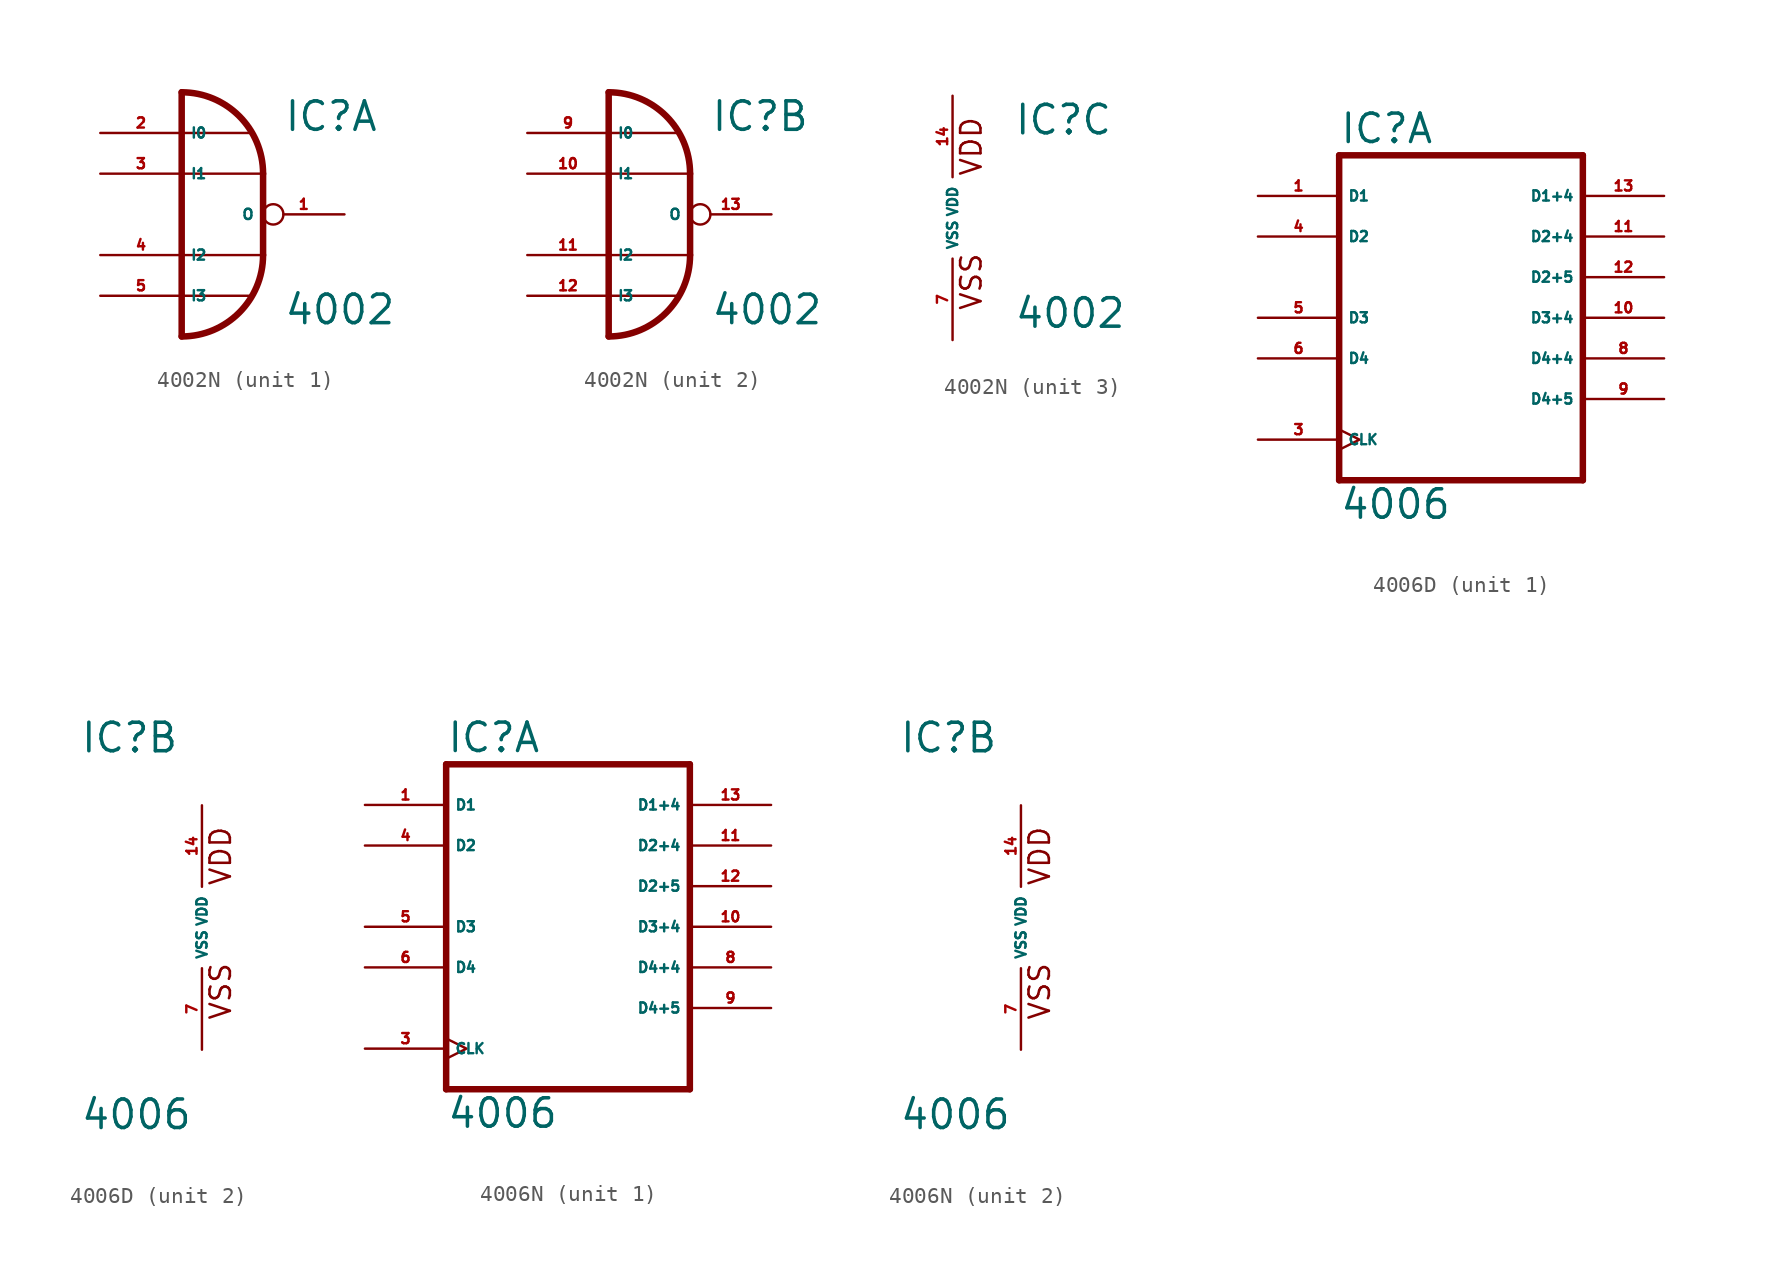
<source format=kicad_sym>
(kicad_symbol_lib
  (version 20220914)
  (generator Eagle2Kicad)
  (symbol "4002N"
    (property "Reference" "IC"
      (at 3.81 5.08 0)
      (effects (font (size 1.778 1.778) (thickness 0.22)) (justify left bottom)))
    (property "Value" "4002"
      (at 3.81 -6.985 0)
      (effects (font (size 1.778 1.778) (thickness 0.22)) (justify left bottom)))
    (symbol "4002N_1_0"
      (arc (start 2.54 2.54) (mid 1.052 6.132) (end -2.54 7.62) (stroke (width 0.4064) (type default)) (fill (type none)))
      (arc (start -2.54 -7.62) (mid 1.052 -6.132) (end 2.54 -2.54) (stroke (width 0.4064) (type default)) (fill (type none)))
      (polyline (pts (xy 2.54 2.54) (xy 2.54 -2.54)) (stroke (width 0.406) (type default)) (fill (type none)))
      (polyline (pts (xy -2.54 5.08) (xy 1.778 5.08)) (stroke (width 0.152) (type default)) (fill (type none)))
      (polyline (pts (xy -2.54 2.54) (xy 2.54 2.54)) (stroke (width 0.152) (type default)) (fill (type none)))
      (polyline (pts (xy -2.54 -2.54) (xy 2.54 -2.54)) (stroke (width 0.152) (type default)) (fill (type none)))
      (polyline (pts (xy -2.54 -5.08) (xy 1.778 -5.08)) (stroke (width 0.152) (type default)) (fill (type none)))
      (polyline (pts (xy -2.54 7.62) (xy -2.54 -7.62)) (stroke (width 0.406) (type default)) (fill (type none)))
      (pin output inverted (at 7.62 0 180) (length 5.08) (name "O" (effects (font (size 0.635 0.635) (thickness 0.08)) (justify left bottom))) (number "1" (effects (font (size 0.635 0.635) (thickness 0.08)) (justify left bottom))))
      (pin input line (at -7.62 5.08 0) (length 5.08) (name "I0" (effects (font (size 0.635 0.635) (thickness 0.08)) (justify left bottom))) (number "2" (effects (font (size 0.635 0.635) (thickness 0.08)) (justify left bottom))))
      (pin input line (at -7.62 2.54 0) (length 5.08) (name "I1" (effects (font (size 0.635 0.635) (thickness 0.08)) (justify left bottom))) (number "3" (effects (font (size 0.635 0.635) (thickness 0.08)) (justify left bottom))))
      (pin input line (at -7.62 -2.54 0) (length 5.08) (name "I2" (effects (font (size 0.635 0.635) (thickness 0.08)) (justify left bottom))) (number "4" (effects (font (size 0.635 0.635) (thickness 0.08)) (justify left bottom))))
      (pin input line (at -7.62 -5.08 0) (length 5.08) (name "I3" (effects (font (size 0.635 0.635) (thickness 0.08)) (justify left bottom))) (number "5" (effects (font (size 0.635 0.635) (thickness 0.08)) (justify left bottom)))))
    (symbol "4002N_2_0"
      (arc (start 2.54 2.54) (mid 1.052 6.132) (end -2.54 7.62) (stroke (width 0.4064) (type default)) (fill (type none)))
      (arc (start -2.54 -7.62) (mid 1.052 -6.132) (end 2.54 -2.54) (stroke (width 0.4064) (type default)) (fill (type none)))
      (polyline (pts (xy 2.54 2.54) (xy 2.54 -2.54)) (stroke (width 0.406) (type default)) (fill (type none)))
      (polyline (pts (xy -2.54 5.08) (xy 1.778 5.08)) (stroke (width 0.152) (type default)) (fill (type none)))
      (polyline (pts (xy -2.54 2.54) (xy 2.54 2.54)) (stroke (width 0.152) (type default)) (fill (type none)))
      (polyline (pts (xy -2.54 -2.54) (xy 2.54 -2.54)) (stroke (width 0.152) (type default)) (fill (type none)))
      (polyline (pts (xy -2.54 -5.08) (xy 1.778 -5.08)) (stroke (width 0.152) (type default)) (fill (type none)))
      (polyline (pts (xy -2.54 7.62) (xy -2.54 -7.62)) (stroke (width 0.406) (type default)) (fill (type none)))
      (pin output inverted (at 7.62 0 180) (length 5.08) (name "O" (effects (font (size 0.635 0.635) (thickness 0.08)) (justify left bottom))) (number "13" (effects (font (size 0.635 0.635) (thickness 0.08)) (justify left bottom))))
      (pin input line (at -7.62 5.08 0) (length 5.08) (name "I0" (effects (font (size 0.635 0.635) (thickness 0.08)) (justify left bottom))) (number "9" (effects (font (size 0.635 0.635) (thickness 0.08)) (justify left bottom))))
      (pin input line (at -7.62 2.54 0) (length 5.08) (name "I1" (effects (font (size 0.635 0.635) (thickness 0.08)) (justify left bottom))) (number "10" (effects (font (size 0.635 0.635) (thickness 0.08)) (justify left bottom))))
      (pin input line (at -7.62 -2.54 0) (length 5.08) (name "I2" (effects (font (size 0.635 0.635) (thickness 0.08)) (justify left bottom))) (number "11" (effects (font (size 0.635 0.635) (thickness 0.08)) (justify left bottom))))
      (pin input line (at -7.62 -5.08 0) (length 5.08) (name "I3" (effects (font (size 0.635 0.635) (thickness 0.08)) (justify left bottom))) (number "12" (effects (font (size 0.635 0.635) (thickness 0.08)) (justify left bottom)))))
    (symbol "4002N_3_0"
      (text "VDD" (at 1.905 2.54 900) (effects (font (size 1.27 1.27) (thickness 0.16)) (justify left bottom)))
      (text "VSS" (at 1.905 -5.842 900) (effects (font (size 1.27 1.27) (thickness 0.16)) (justify left bottom)))
      (pin unspecified line (at 0 -7.62 90) (length 5.08) (name "VSS" (effects (font (size 0.635 0.635) (thickness 0.08)) (justify left bottom))) (number "7" (effects (font (size 0.635 0.635) (thickness 0.08)) (justify left bottom))))
      (pin unspecified line (at 0 7.62 270) (length 5.08) (name "VDD" (effects (font (size 0.635 0.635) (thickness 0.08)) (justify left bottom))) (number "14" (effects (font (size 0.635 0.635) (thickness 0.08)) (justify left bottom))))))
  (symbol "4006D"
    (property "Reference" "IC"
      (at -7.62 10.795 0)
      (effects (font (size 1.778 1.778) (thickness 0.22)) (justify left bottom)))
    (property "Value" "4006"
      (at -7.62 -12.7 0)
      (effects (font (size 1.778 1.778) (thickness 0.22)) (justify left bottom)))
    (symbol "4006D_1_0"
      (polyline (pts (xy -7.62 -10.16) (xy 7.62 -10.16)) (stroke (width 0.406) (type default)) (fill (type none)))
      (polyline (pts (xy 7.62 -10.16) (xy 7.62 10.16)) (stroke (width 0.406) (type default)) (fill (type none)))
      (polyline (pts (xy 7.62 10.16) (xy -7.62 10.16)) (stroke (width 0.406) (type default)) (fill (type none)))
      (polyline (pts (xy -7.62 10.16) (xy -7.62 -10.16)) (stroke (width 0.406) (type default)) (fill (type none)))
      (pin input line (at -12.7 7.62 0) (length 5.08) (name "D1" (effects (font (size 0.635 0.635) (thickness 0.08)) (justify left bottom))) (number "1" (effects (font (size 0.635 0.635) (thickness 0.08)) (justify left bottom))))
      (pin input clock (at -12.7 -7.62 0) (length 5.08) (name "CLK" (effects (font (size 0.635 0.635) (thickness 0.08)) (justify left bottom))) (number "3" (effects (font (size 0.635 0.635) (thickness 0.08)) (justify left bottom))))
      (pin input line (at -12.7 5.08 0) (length 5.08) (name "D2" (effects (font (size 0.635 0.635) (thickness 0.08)) (justify left bottom))) (number "4" (effects (font (size 0.635 0.635) (thickness 0.08)) (justify left bottom))))
      (pin input line (at -12.7 0 0) (length 5.08) (name "D3" (effects (font (size 0.635 0.635) (thickness 0.08)) (justify left bottom))) (number "5" (effects (font (size 0.635 0.635) (thickness 0.08)) (justify left bottom))))
      (pin input line (at -12.7 -2.54 0) (length 5.08) (name "D4" (effects (font (size 0.635 0.635) (thickness 0.08)) (justify left bottom))) (number "6" (effects (font (size 0.635 0.635) (thickness 0.08)) (justify left bottom))))
      (pin output line (at 12.7 -2.54 180) (length 5.08) (name "D4+4" (effects (font (size 0.635 0.635) (thickness 0.08)) (justify left bottom))) (number "8" (effects (font (size 0.635 0.635) (thickness 0.08)) (justify left bottom))))
      (pin output line (at 12.7 -5.08 180) (length 5.08) (name "D4+5" (effects (font (size 0.635 0.635) (thickness 0.08)) (justify left bottom))) (number "9" (effects (font (size 0.635 0.635) (thickness 0.08)) (justify left bottom))))
      (pin output line (at 12.7 0 180) (length 5.08) (name "D3+4" (effects (font (size 0.635 0.635) (thickness 0.08)) (justify left bottom))) (number "10" (effects (font (size 0.635 0.635) (thickness 0.08)) (justify left bottom))))
      (pin output line (at 12.7 5.08 180) (length 5.08) (name "D2+4" (effects (font (size 0.635 0.635) (thickness 0.08)) (justify left bottom))) (number "11" (effects (font (size 0.635 0.635) (thickness 0.08)) (justify left bottom))))
      (pin output line (at 12.7 2.54 180) (length 5.08) (name "D2+5" (effects (font (size 0.635 0.635) (thickness 0.08)) (justify left bottom))) (number "12" (effects (font (size 0.635 0.635) (thickness 0.08)) (justify left bottom))))
      (pin output line (at 12.7 7.62 180) (length 5.08) (name "D1+4" (effects (font (size 0.635 0.635) (thickness 0.08)) (justify left bottom))) (number "13" (effects (font (size 0.635 0.635) (thickness 0.08)) (justify left bottom)))))
    (symbol "4006D_2_0"
      (text "VDD" (at 1.905 2.54 900) (effects (font (size 1.27 1.27) (thickness 0.16)) (justify left bottom)))
      (text "VSS" (at 1.905 -5.842 900) (effects (font (size 1.27 1.27) (thickness 0.16)) (justify left bottom)))
      (pin unspecified line (at 0 -7.62 90) (length 5.08) (name "VSS" (effects (font (size 0.635 0.635) (thickness 0.08)) (justify left bottom))) (number "7" (effects (font (size 0.635 0.635) (thickness 0.08)) (justify left bottom))))
      (pin unspecified line (at 0 7.62 270) (length 5.08) (name "VDD" (effects (font (size 0.635 0.635) (thickness 0.08)) (justify left bottom))) (number "14" (effects (font (size 0.635 0.635) (thickness 0.08)) (justify left bottom))))))
  (symbol "4006N"
    (property "Reference" "IC"
      (at -7.62 10.795 0)
      (effects (font (size 1.778 1.778) (thickness 0.22)) (justify left bottom)))
    (property "Value" "4006"
      (at -7.62 -12.7 0)
      (effects (font (size 1.778 1.778) (thickness 0.22)) (justify left bottom)))
    (symbol "4006N_1_0"
      (polyline (pts (xy -7.62 -10.16) (xy 7.62 -10.16)) (stroke (width 0.406) (type default)) (fill (type none)))
      (polyline (pts (xy 7.62 -10.16) (xy 7.62 10.16)) (stroke (width 0.406) (type default)) (fill (type none)))
      (polyline (pts (xy 7.62 10.16) (xy -7.62 10.16)) (stroke (width 0.406) (type default)) (fill (type none)))
      (polyline (pts (xy -7.62 10.16) (xy -7.62 -10.16)) (stroke (width 0.406) (type default)) (fill (type none)))
      (pin input line (at -12.7 7.62 0) (length 5.08) (name "D1" (effects (font (size 0.635 0.635) (thickness 0.08)) (justify left bottom))) (number "1" (effects (font (size 0.635 0.635) (thickness 0.08)) (justify left bottom))))
      (pin input clock (at -12.7 -7.62 0) (length 5.08) (name "CLK" (effects (font (size 0.635 0.635) (thickness 0.08)) (justify left bottom))) (number "3" (effects (font (size 0.635 0.635) (thickness 0.08)) (justify left bottom))))
      (pin input line (at -12.7 5.08 0) (length 5.08) (name "D2" (effects (font (size 0.635 0.635) (thickness 0.08)) (justify left bottom))) (number "4" (effects (font (size 0.635 0.635) (thickness 0.08)) (justify left bottom))))
      (pin input line (at -12.7 0 0) (length 5.08) (name "D3" (effects (font (size 0.635 0.635) (thickness 0.08)) (justify left bottom))) (number "5" (effects (font (size 0.635 0.635) (thickness 0.08)) (justify left bottom))))
      (pin input line (at -12.7 -2.54 0) (length 5.08) (name "D4" (effects (font (size 0.635 0.635) (thickness 0.08)) (justify left bottom))) (number "6" (effects (font (size 0.635 0.635) (thickness 0.08)) (justify left bottom))))
      (pin output line (at 12.7 -2.54 180) (length 5.08) (name "D4+4" (effects (font (size 0.635 0.635) (thickness 0.08)) (justify left bottom))) (number "8" (effects (font (size 0.635 0.635) (thickness 0.08)) (justify left bottom))))
      (pin output line (at 12.7 -5.08 180) (length 5.08) (name "D4+5" (effects (font (size 0.635 0.635) (thickness 0.08)) (justify left bottom))) (number "9" (effects (font (size 0.635 0.635) (thickness 0.08)) (justify left bottom))))
      (pin output line (at 12.7 0 180) (length 5.08) (name "D3+4" (effects (font (size 0.635 0.635) (thickness 0.08)) (justify left bottom))) (number "10" (effects (font (size 0.635 0.635) (thickness 0.08)) (justify left bottom))))
      (pin output line (at 12.7 5.08 180) (length 5.08) (name "D2+4" (effects (font (size 0.635 0.635) (thickness 0.08)) (justify left bottom))) (number "11" (effects (font (size 0.635 0.635) (thickness 0.08)) (justify left bottom))))
      (pin output line (at 12.7 2.54 180) (length 5.08) (name "D2+5" (effects (font (size 0.635 0.635) (thickness 0.08)) (justify left bottom))) (number "12" (effects (font (size 0.635 0.635) (thickness 0.08)) (justify left bottom))))
      (pin output line (at 12.7 7.62 180) (length 5.08) (name "D1+4" (effects (font (size 0.635 0.635) (thickness 0.08)) (justify left bottom))) (number "13" (effects (font (size 0.635 0.635) (thickness 0.08)) (justify left bottom)))))
    (symbol "4006N_2_0"
      (text "VDD" (at 1.905 2.54 900) (effects (font (size 1.27 1.27) (thickness 0.16)) (justify left bottom)))
      (text "VSS" (at 1.905 -5.842 900) (effects (font (size 1.27 1.27) (thickness 0.16)) (justify left bottom)))
      (pin unspecified line (at 0 -7.62 90) (length 5.08) (name "VSS" (effects (font (size 0.635 0.635) (thickness 0.08)) (justify left bottom))) (number "7" (effects (font (size 0.635 0.635) (thickness 0.08)) (justify left bottom))))
      (pin unspecified line (at 0 7.62 270) (length 5.08) (name "VDD" (effects (font (size 0.635 0.635) (thickness 0.08)) (justify left bottom))) (number "14" (effects (font (size 0.635 0.635) (thickness 0.08)) (justify left bottom)))))))
</source>
